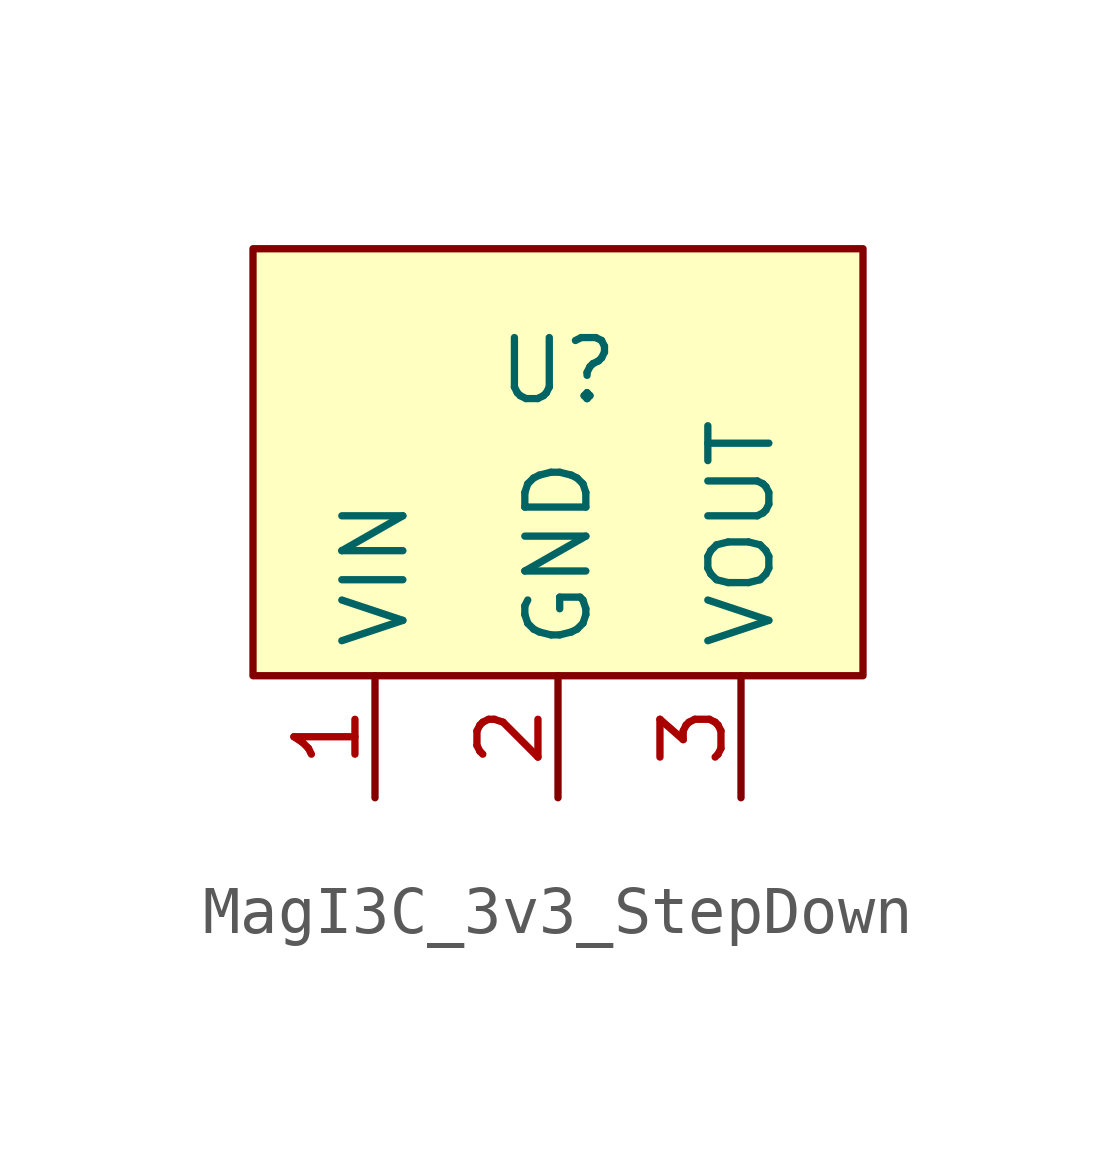
<source format=kicad_sym>
(kicad_symbol_lib
  (version 20241209)
  (generator "kicad_symbol_editor")
  (generator_version "9.0")
  (symbol "MagI3C_3v3_StepDown"
    (property "Reference" "U"
      (at 0 2.54 0)
      (effects (font (size 1.27 1.27))))
    (property "Value" ""
      (at 0 0 0)
      (effects (font (size 1.27 1.27))))
    (symbol "MagI3C_3v3_StepDown_1_1"
      (rectangle (start -6.35 5.08) (end 6.35 -3.81) (stroke (width 0) (type solid)) (fill (type color) (color 255 255 194 1)))
      (pin power_in line (at -3.81 -6.35 90) (length 2.54) (name "VIN" (effects (font (size 1.27 1.27)))) (number "1" (effects (font (size 1.27 1.27)))))
      (pin power_in line (at 0 -6.35 90) (length 2.54) (name "GND" (effects (font (size 1.27 1.27)))) (number "2" (effects (font (size 1.27 1.27)))))
      (pin power_out line (at 3.81 -6.35 90) (length 2.54) (name "VOUT" (effects (font (size 1.27 1.27)))) (number "3" (effects (font (size 1.27 1.27))))))))
</source>
